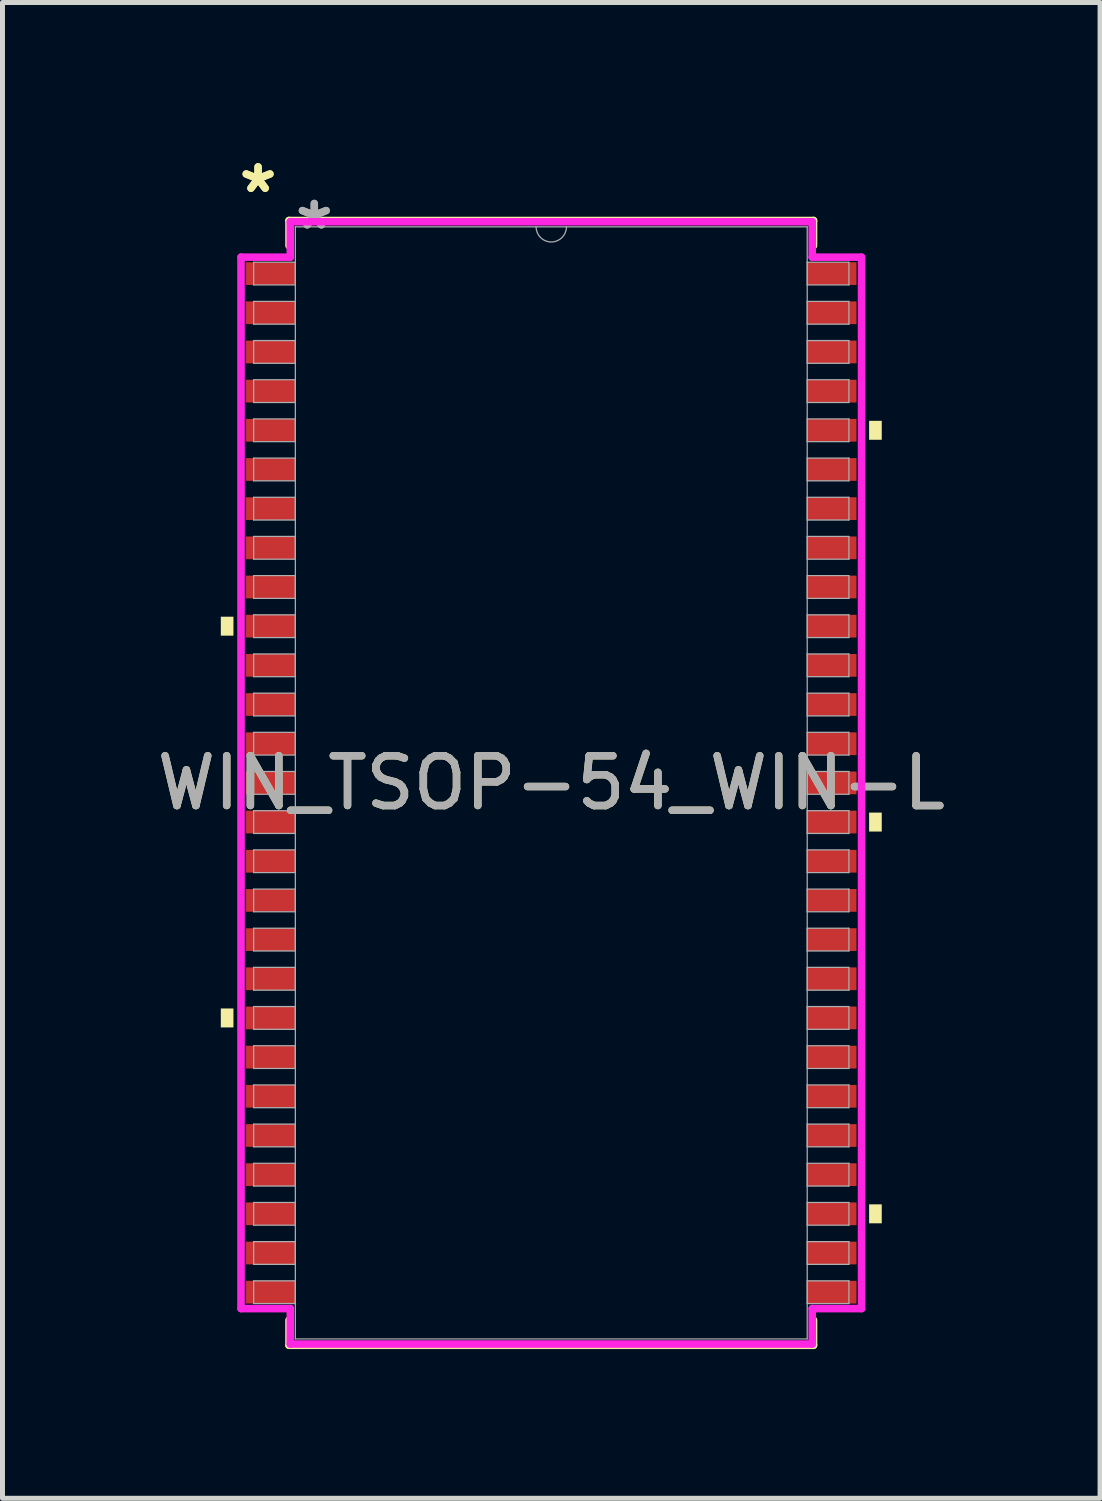
<source format=kicad_pcb>
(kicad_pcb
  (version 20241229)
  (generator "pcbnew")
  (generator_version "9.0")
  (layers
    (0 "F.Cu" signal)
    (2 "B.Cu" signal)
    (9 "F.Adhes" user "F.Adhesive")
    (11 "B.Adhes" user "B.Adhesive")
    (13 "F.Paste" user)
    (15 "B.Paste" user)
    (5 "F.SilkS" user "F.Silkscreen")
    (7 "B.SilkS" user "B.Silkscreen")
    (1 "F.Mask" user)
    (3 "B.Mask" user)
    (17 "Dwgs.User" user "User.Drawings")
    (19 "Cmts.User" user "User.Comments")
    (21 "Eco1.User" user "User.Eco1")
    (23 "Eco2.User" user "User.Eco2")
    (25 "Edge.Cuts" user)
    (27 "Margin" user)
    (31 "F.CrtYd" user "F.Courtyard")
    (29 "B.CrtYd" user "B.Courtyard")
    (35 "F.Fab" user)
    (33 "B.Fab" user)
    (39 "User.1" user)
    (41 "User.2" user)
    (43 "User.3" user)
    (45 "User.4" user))
  (footprint "WIN_TSOP-54_WIN-L"
    (layer "F.Cu")
    (at 8.03 12.685)
    (property "Reference" "WIN_TSOP-54_WIN-L" (at 0 0 0) (unlocked yes) (layer "F.SilkS") (effects (font (size 1 1) (thickness 0.15))))
    (attr smd)
    (fp_line (start -5.271 -11.303) (end -5.271 -10.798) (stroke (width 0.152) (type solid)) (layer "F.SilkS"))
    (fp_line (start -5.271 10.798) (end -5.271 11.303) (stroke (width 0.152) (type solid)) (layer "F.SilkS"))
    (fp_line (start -5.271 11.303) (end 5.271 11.303) (stroke (width 0.152) (type solid)) (layer "F.SilkS"))
    (fp_line (start 5.271 -11.303) (end -5.271 -11.303) (stroke (width 0.152) (type solid)) (layer "F.SilkS"))
    (fp_line (start 5.271 -10.798) (end 5.271 -11.303) (stroke (width 0.152) (type solid)) (layer "F.SilkS"))
    (fp_line (start 5.271 11.303) (end 5.271 10.798) (stroke (width 0.152) (type solid)) (layer "F.SilkS"))
    (fp_poly (pts (xy -6.642 -3.34) (xy -6.642 -2.959) (xy -6.388 -2.959) (xy -6.388 -3.34)) (stroke (width 0) (type solid)) (fill yes) (layer "F.SilkS"))
    (fp_poly (pts (xy -6.642 4.534) (xy -6.642 4.915) (xy -6.388 4.915) (xy -6.388 4.534)) (stroke (width 0) (type solid)) (fill yes) (layer "F.SilkS"))
    (fp_poly (pts (xy 6.642 -7.277) (xy 6.642 -6.896) (xy 6.388 -6.896) (xy 6.388 -7.277)) (stroke (width 0) (type solid)) (fill yes) (layer "F.SilkS"))
    (fp_poly (pts (xy 6.642 0.597) (xy 6.642 0.978) (xy 6.388 0.978) (xy 6.388 0.597)) (stroke (width 0) (type solid)) (fill yes) (layer "F.SilkS"))
    (fp_poly (pts (xy 6.642 8.471) (xy 6.642 8.852) (xy 6.388 8.852) (xy 6.388 8.471)) (stroke (width 0) (type solid)) (fill yes) (layer "F.SilkS"))
    (fp_line (start -6.236 -10.566) (end -5.245 -10.566) (stroke (width 0.152) (type solid)) (layer "F.CrtYd"))
    (fp_line (start -6.236 10.566) (end -6.236 -10.566) (stroke (width 0.152) (type solid)) (layer "F.CrtYd"))
    (fp_line (start -6.236 10.566) (end -5.245 10.566) (stroke (width 0.152) (type solid)) (layer "F.CrtYd"))
    (fp_line (start -5.245 -11.278) (end 5.245 -11.278) (stroke (width 0.152) (type solid)) (layer "F.CrtYd"))
    (fp_line (start -5.245 -10.566) (end -5.245 -11.278) (stroke (width 0.152) (type solid)) (layer "F.CrtYd"))
    (fp_line (start -5.245 11.278) (end -5.245 10.566) (stroke (width 0.152) (type solid)) (layer "F.CrtYd"))
    (fp_line (start 5.245 -11.278) (end 5.245 -10.566) (stroke (width 0.152) (type solid)) (layer "F.CrtYd"))
    (fp_line (start 5.245 10.566) (end 5.245 11.278) (stroke (width 0.152) (type solid)) (layer "F.CrtYd"))
    (fp_line (start 5.245 11.278) (end -5.245 11.278) (stroke (width 0.152) (type solid)) (layer "F.CrtYd"))
    (fp_line (start 6.236 -10.566) (end 5.245 -10.566) (stroke (width 0.152) (type solid)) (layer "F.CrtYd"))
    (fp_line (start 6.236 -10.566) (end 6.236 10.566) (stroke (width 0.152) (type solid)) (layer "F.CrtYd"))
    (fp_line (start 6.236 10.566) (end 5.245 10.566) (stroke (width 0.152) (type solid)) (layer "F.CrtYd"))
    (fp_line (start -5.982 -10.465) (end -5.982 -10.008) (stroke (width 0.025) (type solid)) (layer "F.Fab"))
    (fp_line (start -5.982 -10.008) (end -5.144 -10.008) (stroke (width 0.025) (type solid)) (layer "F.Fab"))
    (fp_line (start -5.982 -9.677) (end -5.982 -9.22) (stroke (width 0.025) (type solid)) (layer "F.Fab"))
    (fp_line (start -5.982 -9.22) (end -5.144 -9.22) (stroke (width 0.025) (type solid)) (layer "F.Fab"))
    (fp_line (start -5.982 -8.89) (end -5.982 -8.433) (stroke (width 0.025) (type solid)) (layer "F.Fab"))
    (fp_line (start -5.982 -8.433) (end -5.144 -8.433) (stroke (width 0.025) (type solid)) (layer "F.Fab"))
    (fp_line (start -5.982 -8.103) (end -5.982 -7.645) (stroke (width 0.025) (type solid)) (layer "F.Fab"))
    (fp_line (start -5.982 -7.645) (end -5.144 -7.645) (stroke (width 0.025) (type solid)) (layer "F.Fab"))
    (fp_line (start -5.982 -7.315) (end -5.982 -6.858) (stroke (width 0.025) (type solid)) (layer "F.Fab"))
    (fp_line (start -5.982 -6.858) (end -5.144 -6.858) (stroke (width 0.025) (type solid)) (layer "F.Fab"))
    (fp_line (start -5.982 -6.528) (end -5.982 -6.071) (stroke (width 0.025) (type solid)) (layer "F.Fab"))
    (fp_line (start -5.982 -6.071) (end -5.144 -6.071) (stroke (width 0.025) (type solid)) (layer "F.Fab"))
    (fp_line (start -5.982 -5.74) (end -5.982 -5.283) (stroke (width 0.025) (type solid)) (layer "F.Fab"))
    (fp_line (start -5.982 -5.283) (end -5.144 -5.283) (stroke (width 0.025) (type solid)) (layer "F.Fab"))
    (fp_line (start -5.982 -4.953) (end -5.982 -4.496) (stroke (width 0.025) (type solid)) (layer "F.Fab"))
    (fp_line (start -5.982 -4.496) (end -5.144 -4.496) (stroke (width 0.025) (type solid)) (layer "F.Fab"))
    (fp_line (start -5.982 -4.166) (end -5.982 -3.708) (stroke (width 0.025) (type solid)) (layer "F.Fab"))
    (fp_line (start -5.982 -3.708) (end -5.144 -3.708) (stroke (width 0.025) (type solid)) (layer "F.Fab"))
    (fp_line (start -5.982 -3.378) (end -5.982 -2.921) (stroke (width 0.025) (type solid)) (layer "F.Fab"))
    (fp_line (start -5.982 -2.921) (end -5.144 -2.921) (stroke (width 0.025) (type solid)) (layer "F.Fab"))
    (fp_line (start -5.982 -2.591) (end -5.982 -2.134) (stroke (width 0.025) (type solid)) (layer "F.Fab"))
    (fp_line (start -5.982 -2.134) (end -5.144 -2.134) (stroke (width 0.025) (type solid)) (layer "F.Fab"))
    (fp_line (start -5.982 -1.803) (end -5.982 -1.346) (stroke (width 0.025) (type solid)) (layer "F.Fab"))
    (fp_line (start -5.982 -1.346) (end -5.144 -1.346) (stroke (width 0.025) (type solid)) (layer "F.Fab"))
    (fp_line (start -5.982 -1.016) (end -5.982 -0.559) (stroke (width 0.025) (type solid)) (layer "F.Fab"))
    (fp_line (start -5.982 -0.559) (end -5.144 -0.559) (stroke (width 0.025) (type solid)) (layer "F.Fab"))
    (fp_line (start -5.982 -0.229) (end -5.982 0.229) (stroke (width 0.025) (type solid)) (layer "F.Fab"))
    (fp_line (start -5.982 0.229) (end -5.144 0.229) (stroke (width 0.025) (type solid)) (layer "F.Fab"))
    (fp_line (start -5.982 0.559) (end -5.982 1.016) (stroke (width 0.025) (type solid)) (layer "F.Fab"))
    (fp_line (start -5.982 1.016) (end -5.144 1.016) (stroke (width 0.025) (type solid)) (layer "F.Fab"))
    (fp_line (start -5.982 1.346) (end -5.982 1.803) (stroke (width 0.025) (type solid)) (layer "F.Fab"))
    (fp_line (start -5.982 1.803) (end -5.144 1.803) (stroke (width 0.025) (type solid)) (layer "F.Fab"))
    (fp_line (start -5.982 2.134) (end -5.982 2.591) (stroke (width 0.025) (type solid)) (layer "F.Fab"))
    (fp_line (start -5.982 2.591) (end -5.144 2.591) (stroke (width 0.025) (type solid)) (layer "F.Fab"))
    (fp_line (start -5.982 2.921) (end -5.982 3.378) (stroke (width 0.025) (type solid)) (layer "F.Fab"))
    (fp_line (start -5.982 3.378) (end -5.144 3.378) (stroke (width 0.025) (type solid)) (layer "F.Fab"))
    (fp_line (start -5.982 3.708) (end -5.982 4.166) (stroke (width 0.025) (type solid)) (layer "F.Fab"))
    (fp_line (start -5.982 4.166) (end -5.144 4.166) (stroke (width 0.025) (type solid)) (layer "F.Fab"))
    (fp_line (start -5.982 4.496) (end -5.982 4.953) (stroke (width 0.025) (type solid)) (layer "F.Fab"))
    (fp_line (start -5.982 4.953) (end -5.144 4.953) (stroke (width 0.025) (type solid)) (layer "F.Fab"))
    (fp_line (start -5.982 5.283) (end -5.982 5.74) (stroke (width 0.025) (type solid)) (layer "F.Fab"))
    (fp_line (start -5.982 5.74) (end -5.144 5.74) (stroke (width 0.025) (type solid)) (layer "F.Fab"))
    (fp_line (start -5.982 6.071) (end -5.982 6.528) (stroke (width 0.025) (type solid)) (layer "F.Fab"))
    (fp_line (start -5.982 6.528) (end -5.144 6.528) (stroke (width 0.025) (type solid)) (layer "F.Fab"))
    (fp_line (start -5.982 6.858) (end -5.982 7.315) (stroke (width 0.025) (type solid)) (layer "F.Fab"))
    (fp_line (start -5.982 7.315) (end -5.144 7.315) (stroke (width 0.025) (type solid)) (layer "F.Fab"))
    (fp_line (start -5.982 7.645) (end -5.982 8.103) (stroke (width 0.025) (type solid)) (layer "F.Fab"))
    (fp_line (start -5.982 8.103) (end -5.144 8.103) (stroke (width 0.025) (type solid)) (layer "F.Fab"))
    (fp_line (start -5.982 8.433) (end -5.982 8.89) (stroke (width 0.025) (type solid)) (layer "F.Fab"))
    (fp_line (start -5.982 8.89) (end -5.144 8.89) (stroke (width 0.025) (type solid)) (layer "F.Fab"))
    (fp_line (start -5.982 9.22) (end -5.982 9.677) (stroke (width 0.025) (type solid)) (layer "F.Fab"))
    (fp_line (start -5.982 9.677) (end -5.144 9.677) (stroke (width 0.025) (type solid)) (layer "F.Fab"))
    (fp_line (start -5.982 10.008) (end -5.982 10.465) (stroke (width 0.025) (type solid)) (layer "F.Fab"))
    (fp_line (start -5.982 10.465) (end -5.144 10.465) (stroke (width 0.025) (type solid)) (layer "F.Fab"))
    (fp_line (start -5.144 -11.176) (end -5.144 11.176) (stroke (width 0.025) (type solid)) (layer "F.Fab"))
    (fp_line (start -5.144 -10.465) (end -5.982 -10.465) (stroke (width 0.025) (type solid)) (layer "F.Fab"))
    (fp_line (start -5.144 -10.008) (end -5.144 -10.465) (stroke (width 0.025) (type solid)) (layer "F.Fab"))
    (fp_line (start -5.144 -9.677) (end -5.982 -9.677) (stroke (width 0.025) (type solid)) (layer "F.Fab"))
    (fp_line (start -5.144 -9.22) (end -5.144 -9.677) (stroke (width 0.025) (type solid)) (layer "F.Fab"))
    (fp_line (start -5.144 -8.89) (end -5.982 -8.89) (stroke (width 0.025) (type solid)) (layer "F.Fab"))
    (fp_line (start -5.144 -8.433) (end -5.144 -8.89) (stroke (width 0.025) (type solid)) (layer "F.Fab"))
    (fp_line (start -5.144 -8.103) (end -5.982 -8.103) (stroke (width 0.025) (type solid)) (layer "F.Fab"))
    (fp_line (start -5.144 -7.645) (end -5.144 -8.103) (stroke (width 0.025) (type solid)) (layer "F.Fab"))
    (fp_line (start -5.144 -7.315) (end -5.982 -7.315) (stroke (width 0.025) (type solid)) (layer "F.Fab"))
    (fp_line (start -5.144 -6.858) (end -5.144 -7.315) (stroke (width 0.025) (type solid)) (layer "F.Fab"))
    (fp_line (start -5.144 -6.528) (end -5.982 -6.528) (stroke (width 0.025) (type solid)) (layer "F.Fab"))
    (fp_line (start -5.144 -6.071) (end -5.144 -6.528) (stroke (width 0.025) (type solid)) (layer "F.Fab"))
    (fp_line (start -5.144 -5.74) (end -5.982 -5.74) (stroke (width 0.025) (type solid)) (layer "F.Fab"))
    (fp_line (start -5.144 -5.283) (end -5.144 -5.74) (stroke (width 0.025) (type solid)) (layer "F.Fab"))
    (fp_line (start -5.144 -4.953) (end -5.982 -4.953) (stroke (width 0.025) (type solid)) (layer "F.Fab"))
    (fp_line (start -5.144 -4.496) (end -5.144 -4.953) (stroke (width 0.025) (type solid)) (layer "F.Fab"))
    (fp_line (start -5.144 -4.166) (end -5.982 -4.166) (stroke (width 0.025) (type solid)) (layer "F.Fab"))
    (fp_line (start -5.144 -3.708) (end -5.144 -4.166) (stroke (width 0.025) (type solid)) (layer "F.Fab"))
    (fp_line (start -5.144 -3.378) (end -5.982 -3.378) (stroke (width 0.025) (type solid)) (layer "F.Fab"))
    (fp_line (start -5.144 -2.921) (end -5.144 -3.378) (stroke (width 0.025) (type solid)) (layer "F.Fab"))
    (fp_line (start -5.144 -2.591) (end -5.982 -2.591) (stroke (width 0.025) (type solid)) (layer "F.Fab"))
    (fp_line (start -5.144 -2.134) (end -5.144 -2.591) (stroke (width 0.025) (type solid)) (layer "F.Fab"))
    (fp_line (start -5.144 -1.803) (end -5.982 -1.803) (stroke (width 0.025) (type solid)) (layer "F.Fab"))
    (fp_line (start -5.144 -1.346) (end -5.144 -1.803) (stroke (width 0.025) (type solid)) (layer "F.Fab"))
    (fp_line (start -5.144 -1.016) (end -5.982 -1.016) (stroke (width 0.025) (type solid)) (layer "F.Fab"))
    (fp_line (start -5.144 -0.559) (end -5.144 -1.016) (stroke (width 0.025) (type solid)) (layer "F.Fab"))
    (fp_line (start -5.144 -0.229) (end -5.982 -0.229) (stroke (width 0.025) (type solid)) (layer "F.Fab"))
    (fp_line (start -5.144 0.229) (end -5.144 -0.229) (stroke (width 0.025) (type solid)) (layer "F.Fab"))
    (fp_line (start -5.144 0.559) (end -5.982 0.559) (stroke (width 0.025) (type solid)) (layer "F.Fab"))
    (fp_line (start -5.144 1.016) (end -5.144 0.559) (stroke (width 0.025) (type solid)) (layer "F.Fab"))
    (fp_line (start -5.144 1.346) (end -5.982 1.346) (stroke (width 0.025) (type solid)) (layer "F.Fab"))
    (fp_line (start -5.144 1.803) (end -5.144 1.346) (stroke (width 0.025) (type solid)) (layer "F.Fab"))
    (fp_line (start -5.144 2.134) (end -5.982 2.134) (stroke (width 0.025) (type solid)) (layer "F.Fab"))
    (fp_line (start -5.144 2.591) (end -5.144 2.134) (stroke (width 0.025) (type solid)) (layer "F.Fab"))
    (fp_line (start -5.144 2.921) (end -5.982 2.921) (stroke (width 0.025) (type solid)) (layer "F.Fab"))
    (fp_line (start -5.144 3.378) (end -5.144 2.921) (stroke (width 0.025) (type solid)) (layer "F.Fab"))
    (fp_line (start -5.144 3.708) (end -5.982 3.708) (stroke (width 0.025) (type solid)) (layer "F.Fab"))
    (fp_line (start -5.144 4.166) (end -5.144 3.708) (stroke (width 0.025) (type solid)) (layer "F.Fab"))
    (fp_line (start -5.144 4.496) (end -5.982 4.496) (stroke (width 0.025) (type solid)) (layer "F.Fab"))
    (fp_line (start -5.144 4.953) (end -5.144 4.496) (stroke (width 0.025) (type solid)) (layer "F.Fab"))
    (fp_line (start -5.144 5.283) (end -5.982 5.283) (stroke (width 0.025) (type solid)) (layer "F.Fab"))
    (fp_line (start -5.144 5.74) (end -5.144 5.283) (stroke (width 0.025) (type solid)) (layer "F.Fab"))
    (fp_line (start -5.144 6.071) (end -5.982 6.071) (stroke (width 0.025) (type solid)) (layer "F.Fab"))
    (fp_line (start -5.144 6.528) (end -5.144 6.071) (stroke (width 0.025) (type solid)) (layer "F.Fab"))
    (fp_line (start -5.144 6.858) (end -5.982 6.858) (stroke (width 0.025) (type solid)) (layer "F.Fab"))
    (fp_line (start -5.144 7.315) (end -5.144 6.858) (stroke (width 0.025) (type solid)) (layer "F.Fab"))
    (fp_line (start -5.144 7.645) (end -5.982 7.645) (stroke (width 0.025) (type solid)) (layer "F.Fab"))
    (fp_line (start -5.144 8.103) (end -5.144 7.645) (stroke (width 0.025) (type solid)) (layer "F.Fab"))
    (fp_line (start -5.144 8.433) (end -5.982 8.433) (stroke (width 0.025) (type solid)) (layer "F.Fab"))
    (fp_line (start -5.144 8.89) (end -5.144 8.433) (stroke (width 0.025) (type solid)) (layer "F.Fab"))
    (fp_line (start -5.144 9.22) (end -5.982 9.22) (stroke (width 0.025) (type solid)) (layer "F.Fab"))
    (fp_line (start -5.144 9.677) (end -5.144 9.22) (stroke (width 0.025) (type solid)) (layer "F.Fab"))
    (fp_line (start -5.144 10.008) (end -5.982 10.008) (stroke (width 0.025) (type solid)) (layer "F.Fab"))
    (fp_line (start -5.144 10.465) (end -5.144 10.008) (stroke (width 0.025) (type solid)) (layer "F.Fab"))
    (fp_line (start -5.144 11.176) (end 5.144 11.176) (stroke (width 0.025) (type solid)) (layer "F.Fab"))
    (fp_line (start 5.144 -11.176) (end -5.144 -11.176) (stroke (width 0.025) (type solid)) (layer "F.Fab"))
    (fp_line (start 5.144 -10.465) (end 5.144 -10.008) (stroke (width 0.025) (type solid)) (layer "F.Fab"))
    (fp_line (start 5.144 -10.008) (end 5.982 -10.008) (stroke (width 0.025) (type solid)) (layer "F.Fab"))
    (fp_line (start 5.144 -9.677) (end 5.144 -9.22) (stroke (width 0.025) (type solid)) (layer "F.Fab"))
    (fp_line (start 5.144 -9.22) (end 5.982 -9.22) (stroke (width 0.025) (type solid)) (layer "F.Fab"))
    (fp_line (start 5.144 -8.89) (end 5.144 -8.433) (stroke (width 0.025) (type solid)) (layer "F.Fab"))
    (fp_line (start 5.144 -8.433) (end 5.982 -8.433) (stroke (width 0.025) (type solid)) (layer "F.Fab"))
    (fp_line (start 5.144 -8.103) (end 5.144 -7.645) (stroke (width 0.025) (type solid)) (layer "F.Fab"))
    (fp_line (start 5.144 -7.645) (end 5.982 -7.645) (stroke (width 0.025) (type solid)) (layer "F.Fab"))
    (fp_line (start 5.144 -7.315) (end 5.144 -6.858) (stroke (width 0.025) (type solid)) (layer "F.Fab"))
    (fp_line (start 5.144 -6.858) (end 5.982 -6.858) (stroke (width 0.025) (type solid)) (layer "F.Fab"))
    (fp_line (start 5.144 -6.528) (end 5.144 -6.071) (stroke (width 0.025) (type solid)) (layer "F.Fab"))
    (fp_line (start 5.144 -6.071) (end 5.982 -6.071) (stroke (width 0.025) (type solid)) (layer "F.Fab"))
    (fp_line (start 5.144 -5.74) (end 5.144 -5.283) (stroke (width 0.025) (type solid)) (layer "F.Fab"))
    (fp_line (start 5.144 -5.283) (end 5.982 -5.283) (stroke (width 0.025) (type solid)) (layer "F.Fab"))
    (fp_line (start 5.144 -4.953) (end 5.144 -4.496) (stroke (width 0.025) (type solid)) (layer "F.Fab"))
    (fp_line (start 5.144 -4.496) (end 5.982 -4.496) (stroke (width 0.025) (type solid)) (layer "F.Fab"))
    (fp_line (start 5.144 -4.166) (end 5.144 -3.708) (stroke (width 0.025) (type solid)) (layer "F.Fab"))
    (fp_line (start 5.144 -3.708) (end 5.982 -3.708) (stroke (width 0.025) (type solid)) (layer "F.Fab"))
    (fp_line (start 5.144 -3.378) (end 5.144 -2.921) (stroke (width 0.025) (type solid)) (layer "F.Fab"))
    (fp_line (start 5.144 -2.921) (end 5.982 -2.921) (stroke (width 0.025) (type solid)) (layer "F.Fab"))
    (fp_line (start 5.144 -2.591) (end 5.144 -2.134) (stroke (width 0.025) (type solid)) (layer "F.Fab"))
    (fp_line (start 5.144 -2.134) (end 5.982 -2.134) (stroke (width 0.025) (type solid)) (layer "F.Fab"))
    (fp_line (start 5.144 -1.803) (end 5.144 -1.346) (stroke (width 0.025) (type solid)) (layer "F.Fab"))
    (fp_line (start 5.144 -1.346) (end 5.982 -1.346) (stroke (width 0.025) (type solid)) (layer "F.Fab"))
    (fp_line (start 5.144 -1.016) (end 5.144 -0.559) (stroke (width 0.025) (type solid)) (layer "F.Fab"))
    (fp_line (start 5.144 -0.559) (end 5.982 -0.559) (stroke (width 0.025) (type solid)) (layer "F.Fab"))
    (fp_line (start 5.144 -0.229) (end 5.144 0.229) (stroke (width 0.025) (type solid)) (layer "F.Fab"))
    (fp_line (start 5.144 0.229) (end 5.982 0.229) (stroke (width 0.025) (type solid)) (layer "F.Fab"))
    (fp_line (start 5.144 0.559) (end 5.144 1.016) (stroke (width 0.025) (type solid)) (layer "F.Fab"))
    (fp_line (start 5.144 1.016) (end 5.982 1.016) (stroke (width 0.025) (type solid)) (layer "F.Fab"))
    (fp_line (start 5.144 1.346) (end 5.144 1.803) (stroke (width 0.025) (type solid)) (layer "F.Fab"))
    (fp_line (start 5.144 1.803) (end 5.982 1.803) (stroke (width 0.025) (type solid)) (layer "F.Fab"))
    (fp_line (start 5.144 2.134) (end 5.144 2.591) (stroke (width 0.025) (type solid)) (layer "F.Fab"))
    (fp_line (start 5.144 2.591) (end 5.982 2.591) (stroke (width 0.025) (type solid)) (layer "F.Fab"))
    (fp_line (start 5.144 2.921) (end 5.144 3.378) (stroke (width 0.025) (type solid)) (layer "F.Fab"))
    (fp_line (start 5.144 3.378) (end 5.982 3.378) (stroke (width 0.025) (type solid)) (layer "F.Fab"))
    (fp_line (start 5.144 3.708) (end 5.144 4.166) (stroke (width 0.025) (type solid)) (layer "F.Fab"))
    (fp_line (start 5.144 4.166) (end 5.982 4.166) (stroke (width 0.025) (type solid)) (layer "F.Fab"))
    (fp_line (start 5.144 4.496) (end 5.144 4.953) (stroke (width 0.025) (type solid)) (layer "F.Fab"))
    (fp_line (start 5.144 4.953) (end 5.982 4.953) (stroke (width 0.025) (type solid)) (layer "F.Fab"))
    (fp_line (start 5.144 5.283) (end 5.144 5.74) (stroke (width 0.025) (type solid)) (layer "F.Fab"))
    (fp_line (start 5.144 5.74) (end 5.982 5.74) (stroke (width 0.025) (type solid)) (layer "F.Fab"))
    (fp_line (start 5.144 6.071) (end 5.144 6.528) (stroke (width 0.025) (type solid)) (layer "F.Fab"))
    (fp_line (start 5.144 6.528) (end 5.982 6.528) (stroke (width 0.025) (type solid)) (layer "F.Fab"))
    (fp_line (start 5.144 6.858) (end 5.144 7.315) (stroke (width 0.025) (type solid)) (layer "F.Fab"))
    (fp_line (start 5.144 7.315) (end 5.982 7.315) (stroke (width 0.025) (type solid)) (layer "F.Fab"))
    (fp_line (start 5.144 7.645) (end 5.144 8.103) (stroke (width 0.025) (type solid)) (layer "F.Fab"))
    (fp_line (start 5.144 8.103) (end 5.982 8.103) (stroke (width 0.025) (type solid)) (layer "F.Fab"))
    (fp_line (start 5.144 8.433) (end 5.144 8.89) (stroke (width 0.025) (type solid)) (layer "F.Fab"))
    (fp_line (start 5.144 8.89) (end 5.982 8.89) (stroke (width 0.025) (type solid)) (layer "F.Fab"))
    (fp_line (start 5.144 9.22) (end 5.144 9.677) (stroke (width 0.025) (type solid)) (layer "F.Fab"))
    (fp_line (start 5.144 9.677) (end 5.982 9.677) (stroke (width 0.025) (type solid)) (layer "F.Fab"))
    (fp_line (start 5.144 10.008) (end 5.144 10.465) (stroke (width 0.025) (type solid)) (layer "F.Fab"))
    (fp_line (start 5.144 10.465) (end 5.982 10.465) (stroke (width 0.025) (type solid)) (layer "F.Fab"))
    (fp_line (start 5.144 11.176) (end 5.144 -11.176) (stroke (width 0.025) (type solid)) (layer "F.Fab"))
    (fp_line (start 5.982 -10.465) (end 5.144 -10.465) (stroke (width 0.025) (type solid)) (layer "F.Fab"))
    (fp_line (start 5.982 -10.008) (end 5.982 -10.465) (stroke (width 0.025) (type solid)) (layer "F.Fab"))
    (fp_line (start 5.982 -9.677) (end 5.144 -9.677) (stroke (width 0.025) (type solid)) (layer "F.Fab"))
    (fp_line (start 5.982 -9.22) (end 5.982 -9.677) (stroke (width 0.025) (type solid)) (layer "F.Fab"))
    (fp_line (start 5.982 -8.89) (end 5.144 -8.89) (stroke (width 0.025) (type solid)) (layer "F.Fab"))
    (fp_line (start 5.982 -8.433) (end 5.982 -8.89) (stroke (width 0.025) (type solid)) (layer "F.Fab"))
    (fp_line (start 5.982 -8.103) (end 5.144 -8.103) (stroke (width 0.025) (type solid)) (layer "F.Fab"))
    (fp_line (start 5.982 -7.645) (end 5.982 -8.103) (stroke (width 0.025) (type solid)) (layer "F.Fab"))
    (fp_line (start 5.982 -7.315) (end 5.144 -7.315) (stroke (width 0.025) (type solid)) (layer "F.Fab"))
    (fp_line (start 5.982 -6.858) (end 5.982 -7.315) (stroke (width 0.025) (type solid)) (layer "F.Fab"))
    (fp_line (start 5.982 -6.528) (end 5.144 -6.528) (stroke (width 0.025) (type solid)) (layer "F.Fab"))
    (fp_line (start 5.982 -6.071) (end 5.982 -6.528) (stroke (width 0.025) (type solid)) (layer "F.Fab"))
    (fp_line (start 5.982 -5.74) (end 5.144 -5.74) (stroke (width 0.025) (type solid)) (layer "F.Fab"))
    (fp_line (start 5.982 -5.283) (end 5.982 -5.74) (stroke (width 0.025) (type solid)) (layer "F.Fab"))
    (fp_line (start 5.982 -4.953) (end 5.144 -4.953) (stroke (width 0.025) (type solid)) (layer "F.Fab"))
    (fp_line (start 5.982 -4.496) (end 5.982 -4.953) (stroke (width 0.025) (type solid)) (layer "F.Fab"))
    (fp_line (start 5.982 -4.166) (end 5.144 -4.166) (stroke (width 0.025) (type solid)) (layer "F.Fab"))
    (fp_line (start 5.982 -3.708) (end 5.982 -4.166) (stroke (width 0.025) (type solid)) (layer "F.Fab"))
    (fp_line (start 5.982 -3.378) (end 5.144 -3.378) (stroke (width 0.025) (type solid)) (layer "F.Fab"))
    (fp_line (start 5.982 -2.921) (end 5.982 -3.378) (stroke (width 0.025) (type solid)) (layer "F.Fab"))
    (fp_line (start 5.982 -2.591) (end 5.144 -2.591) (stroke (width 0.025) (type solid)) (layer "F.Fab"))
    (fp_line (start 5.982 -2.134) (end 5.982 -2.591) (stroke (width 0.025) (type solid)) (layer "F.Fab"))
    (fp_line (start 5.982 -1.803) (end 5.144 -1.803) (stroke (width 0.025) (type solid)) (layer "F.Fab"))
    (fp_line (start 5.982 -1.346) (end 5.982 -1.803) (stroke (width 0.025) (type solid)) (layer "F.Fab"))
    (fp_line (start 5.982 -1.016) (end 5.144 -1.016) (stroke (width 0.025) (type solid)) (layer "F.Fab"))
    (fp_line (start 5.982 -0.559) (end 5.982 -1.016) (stroke (width 0.025) (type solid)) (layer "F.Fab"))
    (fp_line (start 5.982 -0.229) (end 5.144 -0.229) (stroke (width 0.025) (type solid)) (layer "F.Fab"))
    (fp_line (start 5.982 0.229) (end 5.982 -0.229) (stroke (width 0.025) (type solid)) (layer "F.Fab"))
    (fp_line (start 5.982 0.559) (end 5.144 0.559) (stroke (width 0.025) (type solid)) (layer "F.Fab"))
    (fp_line (start 5.982 1.016) (end 5.982 0.559) (stroke (width 0.025) (type solid)) (layer "F.Fab"))
    (fp_line (start 5.982 1.346) (end 5.144 1.346) (stroke (width 0.025) (type solid)) (layer "F.Fab"))
    (fp_line (start 5.982 1.803) (end 5.982 1.346) (stroke (width 0.025) (type solid)) (layer "F.Fab"))
    (fp_line (start 5.982 2.134) (end 5.144 2.134) (stroke (width 0.025) (type solid)) (layer "F.Fab"))
    (fp_line (start 5.982 2.591) (end 5.982 2.134) (stroke (width 0.025) (type solid)) (layer "F.Fab"))
    (fp_line (start 5.982 2.921) (end 5.144 2.921) (stroke (width 0.025) (type solid)) (layer "F.Fab"))
    (fp_line (start 5.982 3.378) (end 5.982 2.921) (stroke (width 0.025) (type solid)) (layer "F.Fab"))
    (fp_line (start 5.982 3.708) (end 5.144 3.708) (stroke (width 0.025) (type solid)) (layer "F.Fab"))
    (fp_line (start 5.982 4.166) (end 5.982 3.708) (stroke (width 0.025) (type solid)) (layer "F.Fab"))
    (fp_line (start 5.982 4.496) (end 5.144 4.496) (stroke (width 0.025) (type solid)) (layer "F.Fab"))
    (fp_line (start 5.982 4.953) (end 5.982 4.496) (stroke (width 0.025) (type solid)) (layer "F.Fab"))
    (fp_line (start 5.982 5.283) (end 5.144 5.283) (stroke (width 0.025) (type solid)) (layer "F.Fab"))
    (fp_line (start 5.982 5.74) (end 5.982 5.283) (stroke (width 0.025) (type solid)) (layer "F.Fab"))
    (fp_line (start 5.982 6.071) (end 5.144 6.071) (stroke (width 0.025) (type solid)) (layer "F.Fab"))
    (fp_line (start 5.982 6.528) (end 5.982 6.071) (stroke (width 0.025) (type solid)) (layer "F.Fab"))
    (fp_line (start 5.982 6.858) (end 5.144 6.858) (stroke (width 0.025) (type solid)) (layer "F.Fab"))
    (fp_line (start 5.982 7.315) (end 5.982 6.858) (stroke (width 0.025) (type solid)) (layer "F.Fab"))
    (fp_line (start 5.982 7.645) (end 5.144 7.645) (stroke (width 0.025) (type solid)) (layer "F.Fab"))
    (fp_line (start 5.982 8.103) (end 5.982 7.645) (stroke (width 0.025) (type solid)) (layer "F.Fab"))
    (fp_line (start 5.982 8.433) (end 5.144 8.433) (stroke (width 0.025) (type solid)) (layer "F.Fab"))
    (fp_line (start 5.982 8.89) (end 5.982 8.433) (stroke (width 0.025) (type solid)) (layer "F.Fab"))
    (fp_line (start 5.982 9.22) (end 5.144 9.22) (stroke (width 0.025) (type solid)) (layer "F.Fab"))
    (fp_line (start 5.982 9.677) (end 5.982 9.22) (stroke (width 0.025) (type solid)) (layer "F.Fab"))
    (fp_line (start 5.982 10.008) (end 5.144 10.008) (stroke (width 0.025) (type solid)) (layer "F.Fab"))
    (fp_line (start 5.982 10.465) (end 5.982 10.008) (stroke (width 0.025) (type solid)) (layer "F.Fab"))
    (fp_arc (start 0.3048 -11.176) (mid 0 -10.8712) (end -0.3048 -11.176) (stroke (width 0.0254) (type solid)) (layer "F.Fab"))
    (fp_text user "*" (at -5.893 -11.836 0) (unlocked yes) (layer "F.SilkS") (effects (font (size 1 1) (thickness 0.15))))
    (fp_text user "*" (at -5.893 -11.836 0) (layer "F.SilkS") (effects (font (size 1 1) (thickness 0.15))))
    (fp_text user "*" (at -4.763 -11.1 0) (layer "F.Fab") (effects (font (size 1 1) (thickness 0.15))))
    (fp_text user "${REFERENCE}" (at 0 0 0) (unlocked yes) (layer "F.Fab") (effects (font (size 1 1) (thickness 0.15))))
    (fp_text user "*" (at -4.763 -11.1 0) (unlocked yes) (layer "F.Fab") (effects (font (size 1 1) (thickness 0.15))))
    (pad "1" smd rect (at -5.639 -10.236) (size 0.991 0.457) (layers "F.Cu" "F.Mask" "F.Paste"))
    (pad "2" smd rect (at -5.639 -9.449) (size 0.991 0.457) (layers "F.Cu" "F.Mask" "F.Paste"))
    (pad "3" smd rect (at -5.639 -8.661) (size 0.991 0.457) (layers "F.Cu" "F.Mask" "F.Paste"))
    (pad "4" smd rect (at -5.639 -7.874) (size 0.991 0.457) (layers "F.Cu" "F.Mask" "F.Paste"))
    (pad "5" smd rect (at -5.639 -7.087) (size 0.991 0.457) (layers "F.Cu" "F.Mask" "F.Paste"))
    (pad "6" smd rect (at -5.639 -6.299) (size 0.991 0.457) (layers "F.Cu" "F.Mask" "F.Paste"))
    (pad "7" smd rect (at -5.639 -5.512) (size 0.991 0.457) (layers "F.Cu" "F.Mask" "F.Paste"))
    (pad "8" smd rect (at -5.639 -4.724) (size 0.991 0.457) (layers "F.Cu" "F.Mask" "F.Paste"))
    (pad "9" smd rect (at -5.639 -3.937) (size 0.991 0.457) (layers "F.Cu" "F.Mask" "F.Paste"))
    (pad "10" smd rect (at -5.639 -3.15) (size 0.991 0.457) (layers "F.Cu" "F.Mask" "F.Paste"))
    (pad "11" smd rect (at -5.639 -2.362) (size 0.991 0.457) (layers "F.Cu" "F.Mask" "F.Paste"))
    (pad "12" smd rect (at -5.639 -1.575) (size 0.991 0.457) (layers "F.Cu" "F.Mask" "F.Paste"))
    (pad "13" smd rect (at -5.639 -0.787) (size 0.991 0.457) (layers "F.Cu" "F.Mask" "F.Paste"))
    (pad "14" smd rect (at -5.639 0) (size 0.991 0.457) (layers "F.Cu" "F.Mask" "F.Paste"))
    (pad "15" smd rect (at -5.639 0.787) (size 0.991 0.457) (layers "F.Cu" "F.Mask" "F.Paste"))
    (pad "16" smd rect (at -5.639 1.575) (size 0.991 0.457) (layers "F.Cu" "F.Mask" "F.Paste"))
    (pad "17" smd rect (at -5.639 2.362) (size 0.991 0.457) (layers "F.Cu" "F.Mask" "F.Paste"))
    (pad "18" smd rect (at -5.639 3.15) (size 0.991 0.457) (layers "F.Cu" "F.Mask" "F.Paste"))
    (pad "19" smd rect (at -5.639 3.937) (size 0.991 0.457) (layers "F.Cu" "F.Mask" "F.Paste"))
    (pad "20" smd rect (at -5.639 4.724) (size 0.991 0.457) (layers "F.Cu" "F.Mask" "F.Paste"))
    (pad "21" smd rect (at -5.639 5.512) (size 0.991 0.457) (layers "F.Cu" "F.Mask" "F.Paste"))
    (pad "22" smd rect (at -5.639 6.299) (size 0.991 0.457) (layers "F.Cu" "F.Mask" "F.Paste"))
    (pad "23" smd rect (at -5.639 7.087) (size 0.991 0.457) (layers "F.Cu" "F.Mask" "F.Paste"))
    (pad "24" smd rect (at -5.639 7.874) (size 0.991 0.457) (layers "F.Cu" "F.Mask" "F.Paste"))
    (pad "25" smd rect (at -5.639 8.661) (size 0.991 0.457) (layers "F.Cu" "F.Mask" "F.Paste"))
    (pad "26" smd rect (at -5.639 9.449) (size 0.991 0.457) (layers "F.Cu" "F.Mask" "F.Paste"))
    (pad "27" smd rect (at -5.639 10.236) (size 0.991 0.457) (layers "F.Cu" "F.Mask" "F.Paste"))
    (pad "28" smd rect (at 5.639 10.236) (size 0.991 0.457) (layers "F.Cu" "F.Mask" "F.Paste"))
    (pad "29" smd rect (at 5.639 9.449) (size 0.991 0.457) (layers "F.Cu" "F.Mask" "F.Paste"))
    (pad "30" smd rect (at 5.639 8.661) (size 0.991 0.457) (layers "F.Cu" "F.Mask" "F.Paste"))
    (pad "31" smd rect (at 5.639 7.874) (size 0.991 0.457) (layers "F.Cu" "F.Mask" "F.Paste"))
    (pad "32" smd rect (at 5.639 7.087) (size 0.991 0.457) (layers "F.Cu" "F.Mask" "F.Paste"))
    (pad "33" smd rect (at 5.639 6.299) (size 0.991 0.457) (layers "F.Cu" "F.Mask" "F.Paste"))
    (pad "34" smd rect (at 5.639 5.512) (size 0.991 0.457) (layers "F.Cu" "F.Mask" "F.Paste"))
    (pad "35" smd rect (at 5.639 4.724) (size 0.991 0.457) (layers "F.Cu" "F.Mask" "F.Paste"))
    (pad "36" smd rect (at 5.639 3.937) (size 0.991 0.457) (layers "F.Cu" "F.Mask" "F.Paste"))
    (pad "37" smd rect (at 5.639 3.15) (size 0.991 0.457) (layers "F.Cu" "F.Mask" "F.Paste"))
    (pad "38" smd rect (at 5.639 2.362) (size 0.991 0.457) (layers "F.Cu" "F.Mask" "F.Paste"))
    (pad "39" smd rect (at 5.639 1.575) (size 0.991 0.457) (layers "F.Cu" "F.Mask" "F.Paste"))
    (pad "40" smd rect (at 5.639 0.787) (size 0.991 0.457) (layers "F.Cu" "F.Mask" "F.Paste"))
    (pad "41" smd rect (at 5.639 0) (size 0.991 0.457) (layers "F.Cu" "F.Mask" "F.Paste"))
    (pad "42" smd rect (at 5.639 -0.787) (size 0.991 0.457) (layers "F.Cu" "F.Mask" "F.Paste"))
    (pad "43" smd rect (at 5.639 -1.575) (size 0.991 0.457) (layers "F.Cu" "F.Mask" "F.Paste"))
    (pad "44" smd rect (at 5.639 -2.362) (size 0.991 0.457) (layers "F.Cu" "F.Mask" "F.Paste"))
    (pad "45" smd rect (at 5.639 -3.15) (size 0.991 0.457) (layers "F.Cu" "F.Mask" "F.Paste"))
    (pad "46" smd rect (at 5.639 -3.937) (size 0.991 0.457) (layers "F.Cu" "F.Mask" "F.Paste"))
    (pad "47" smd rect (at 5.639 -4.724) (size 0.991 0.457) (layers "F.Cu" "F.Mask" "F.Paste"))
    (pad "48" smd rect (at 5.639 -5.512) (size 0.991 0.457) (layers "F.Cu" "F.Mask" "F.Paste"))
    (pad "49" smd rect (at 5.639 -6.299) (size 0.991 0.457) (layers "F.Cu" "F.Mask" "F.Paste"))
    (pad "50" smd rect (at 5.639 -7.087) (size 0.991 0.457) (layers "F.Cu" "F.Mask" "F.Paste"))
    (pad "51" smd rect (at 5.639 -7.874) (size 0.991 0.457) (layers "F.Cu" "F.Mask" "F.Paste"))
    (pad "52" smd rect (at 5.639 -8.661) (size 0.991 0.457) (layers "F.Cu" "F.Mask" "F.Paste"))
    (pad "53" smd rect (at 5.639 -9.449) (size 0.991 0.457) (layers "F.Cu" "F.Mask" "F.Paste"))
    (pad "54" smd rect (at 5.639 -10.236) (size 0.991 0.457) (layers "F.Cu" "F.Mask" "F.Paste")))
  (gr_rect
    (start -3 -3)
    (end 19.06 27.064)
    (stroke (width 0.1) (type default))
    (fill no)
    (layer "Edge.Cuts")))
</source>
